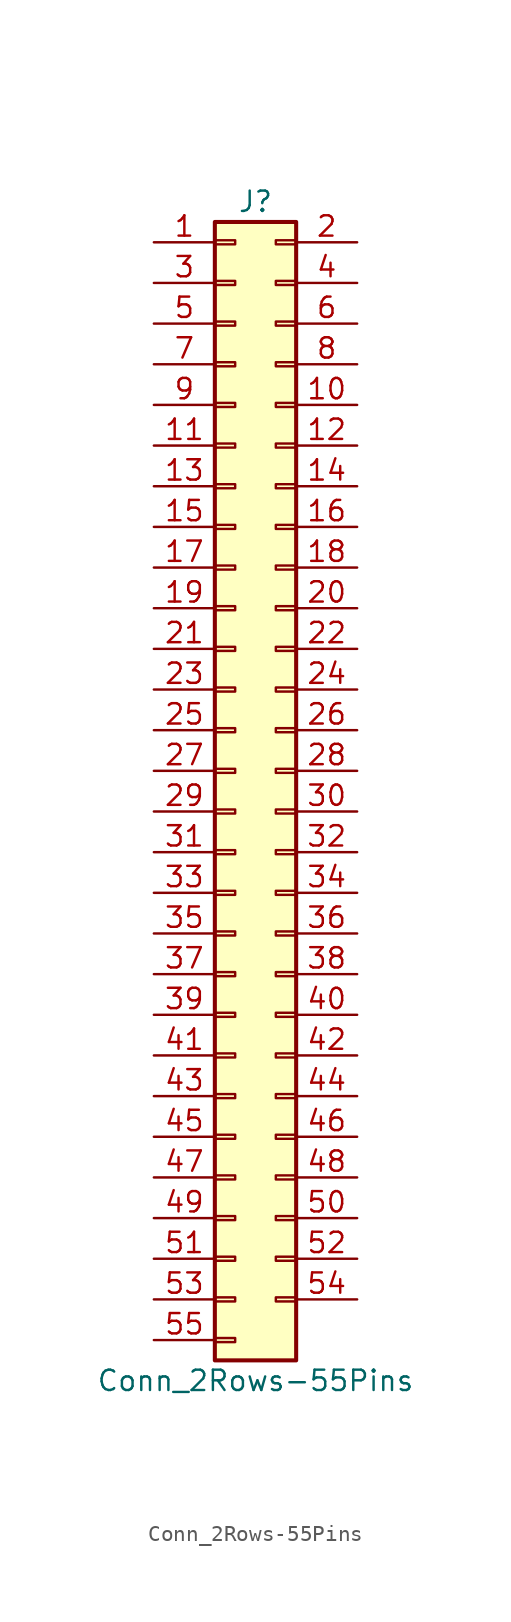
<source format=kicad_sym>
(kicad_symbol_lib
  (version 20201005)
  (generator kicad_symbol_editor)
  (symbol "Conn_2Rows-55Pins"
    (pin_names
      (offset 1.016) hide)
    (property "Reference" "J"
      (at 1.27 35.56 0)
      (effects (font (size 1.27 1.27))))
    (property "Value" "Conn_2Rows-55Pins"
      (at 1.27 -38.1 0)
      (effects (font (size 1.27 1.27))))
    (symbol "Conn_2Rows-55Pins_1_1"
      (rectangle (start -1.27 -35.433) (end 0 -35.687) (stroke (width 0.152)) (fill (type none)))
      (rectangle (start -1.27 -32.893) (end 0 -33.147) (stroke (width 0.152)) (fill (type none)))
      (rectangle (start -1.27 -30.353) (end 0 -30.607) (stroke (width 0.152)) (fill (type none)))
      (rectangle (start -1.27 -27.813) (end 0 -28.067) (stroke (width 0.152)) (fill (type none)))
      (rectangle (start -1.27 -25.273) (end 0 -25.527) (stroke (width 0.152)) (fill (type none)))
      (rectangle (start -1.27 -22.733) (end 0 -22.987) (stroke (width 0.152)) (fill (type none)))
      (rectangle (start -1.27 -20.193) (end 0 -20.447) (stroke (width 0.152)) (fill (type none)))
      (rectangle (start -1.27 -17.653) (end 0 -17.907) (stroke (width 0.152)) (fill (type none)))
      (rectangle (start -1.27 -15.113) (end 0 -15.367) (stroke (width 0.152)) (fill (type none)))
      (rectangle (start -1.27 -12.573) (end 0 -12.827) (stroke (width 0.152)) (fill (type none)))
      (rectangle (start -1.27 -10.033) (end 0 -10.287) (stroke (width 0.152)) (fill (type none)))
      (rectangle (start -1.27 -7.493) (end 0 -7.747) (stroke (width 0.152)) (fill (type none)))
      (rectangle (start -1.27 -4.953) (end 0 -5.207) (stroke (width 0.152)) (fill (type none)))
      (rectangle (start -1.27 -2.413) (end 0 -2.667) (stroke (width 0.152)) (fill (type none)))
      (rectangle (start -1.27 0.127) (end 0 -0.127) (stroke (width 0.152)) (fill (type none)))
      (rectangle (start -1.27 2.667) (end 0 2.413) (stroke (width 0.152)) (fill (type none)))
      (rectangle (start -1.27 5.207) (end 0 4.953) (stroke (width 0.152)) (fill (type none)))
      (rectangle (start -1.27 7.747) (end 0 7.493) (stroke (width 0.152)) (fill (type none)))
      (rectangle (start -1.27 10.287) (end 0 10.033) (stroke (width 0.152)) (fill (type none)))
      (rectangle (start -1.27 12.827) (end 0 12.573) (stroke (width 0.152)) (fill (type none)))
      (rectangle (start -1.27 15.367) (end 0 15.113) (stroke (width 0.152)) (fill (type none)))
      (rectangle (start -1.27 17.907) (end 0 17.653) (stroke (width 0.152)) (fill (type none)))
      (rectangle (start -1.27 20.447) (end 0 20.193) (stroke (width 0.152)) (fill (type none)))
      (rectangle (start -1.27 22.987) (end 0 22.733) (stroke (width 0.152)) (fill (type none)))
      (rectangle (start -1.27 25.527) (end 0 25.273) (stroke (width 0.152)) (fill (type none)))
      (rectangle (start -1.27 28.067) (end 0 27.813) (stroke (width 0.152)) (fill (type none)))
      (rectangle (start -1.27 30.607) (end 0 30.353) (stroke (width 0.152)) (fill (type none)))
      (rectangle (start -1.27 33.147) (end 0 32.893) (stroke (width 0.152)) (fill (type none)))
      (rectangle (start 3.81 -32.893) (end 2.54 -33.147) (stroke (width 0.152)) (fill (type none)))
      (rectangle (start 3.81 -30.353) (end 2.54 -30.607) (stroke (width 0.152)) (fill (type none)))
      (rectangle (start 3.81 -27.813) (end 2.54 -28.067) (stroke (width 0.152)) (fill (type none)))
      (rectangle (start 3.81 -25.273) (end 2.54 -25.527) (stroke (width 0.152)) (fill (type none)))
      (rectangle (start 3.81 -22.733) (end 2.54 -22.987) (stroke (width 0.152)) (fill (type none)))
      (rectangle (start 3.81 -20.193) (end 2.54 -20.447) (stroke (width 0.152)) (fill (type none)))
      (rectangle (start 3.81 -17.653) (end 2.54 -17.907) (stroke (width 0.152)) (fill (type none)))
      (rectangle (start 3.81 -15.113) (end 2.54 -15.367) (stroke (width 0.152)) (fill (type none)))
      (rectangle (start 3.81 -12.573) (end 2.54 -12.827) (stroke (width 0.152)) (fill (type none)))
      (rectangle (start 3.81 -10.033) (end 2.54 -10.287) (stroke (width 0.152)) (fill (type none)))
      (rectangle (start 3.81 -7.493) (end 2.54 -7.747) (stroke (width 0.152)) (fill (type none)))
      (rectangle (start 3.81 -4.953) (end 2.54 -5.207) (stroke (width 0.152)) (fill (type none)))
      (rectangle (start 3.81 -2.413) (end 2.54 -2.667) (stroke (width 0.152)) (fill (type none)))
      (rectangle (start 3.81 0.127) (end 2.54 -0.127) (stroke (width 0.152)) (fill (type none)))
      (rectangle (start 3.81 2.667) (end 2.54 2.413) (stroke (width 0.152)) (fill (type none)))
      (rectangle (start 3.81 5.207) (end 2.54 4.953) (stroke (width 0.152)) (fill (type none)))
      (rectangle (start 3.81 7.747) (end 2.54 7.493) (stroke (width 0.152)) (fill (type none)))
      (rectangle (start 3.81 10.287) (end 2.54 10.033) (stroke (width 0.152)) (fill (type none)))
      (rectangle (start 3.81 12.827) (end 2.54 12.573) (stroke (width 0.152)) (fill (type none)))
      (rectangle (start 3.81 15.367) (end 2.54 15.113) (stroke (width 0.152)) (fill (type none)))
      (rectangle (start 3.81 17.907) (end 2.54 17.653) (stroke (width 0.152)) (fill (type none)))
      (rectangle (start 3.81 20.447) (end 2.54 20.193) (stroke (width 0.152)) (fill (type none)))
      (rectangle (start 3.81 22.987) (end 2.54 22.733) (stroke (width 0.152)) (fill (type none)))
      (rectangle (start 3.81 25.527) (end 2.54 25.273) (stroke (width 0.152)) (fill (type none)))
      (rectangle (start 3.81 28.067) (end 2.54 27.813) (stroke (width 0.152)) (fill (type none)))
      (rectangle (start 3.81 30.607) (end 2.54 30.353) (stroke (width 0.152)) (fill (type none)))
      (rectangle (start 3.81 33.147) (end 2.54 32.893) (stroke (width 0.152)) (fill (type none)))
      (rectangle (start -1.27 34.29) (end 3.81 -36.83) (stroke (width 0.254)) (fill (type background)))
      (pin passive line (at -5.08 33.02 0) (length 3.81) (name "Pin_1" (effects (font (size 1.27 1.27)))) (number "1" (effects (font (size 1.27 1.27)))))
      (pin passive line (at 7.62 22.86 180) (length 3.81) (name "Pin_10" (effects (font (size 1.27 1.27)))) (number "10" (effects (font (size 1.27 1.27)))))
      (pin passive line (at -5.08 20.32 0) (length 3.81) (name "Pin_11" (effects (font (size 1.27 1.27)))) (number "11" (effects (font (size 1.27 1.27)))))
      (pin passive line (at 7.62 20.32 180) (length 3.81) (name "Pin_12" (effects (font (size 1.27 1.27)))) (number "12" (effects (font (size 1.27 1.27)))))
      (pin passive line (at -5.08 17.78 0) (length 3.81) (name "Pin_13" (effects (font (size 1.27 1.27)))) (number "13" (effects (font (size 1.27 1.27)))))
      (pin passive line (at 7.62 17.78 180) (length 3.81) (name "Pin_14" (effects (font (size 1.27 1.27)))) (number "14" (effects (font (size 1.27 1.27)))))
      (pin passive line (at -5.08 15.24 0) (length 3.81) (name "Pin_15" (effects (font (size 1.27 1.27)))) (number "15" (effects (font (size 1.27 1.27)))))
      (pin passive line (at 7.62 15.24 180) (length 3.81) (name "Pin_16" (effects (font (size 1.27 1.27)))) (number "16" (effects (font (size 1.27 1.27)))))
      (pin passive line (at -5.08 12.7 0) (length 3.81) (name "Pin_17" (effects (font (size 1.27 1.27)))) (number "17" (effects (font (size 1.27 1.27)))))
      (pin passive line (at 7.62 12.7 180) (length 3.81) (name "Pin_18" (effects (font (size 1.27 1.27)))) (number "18" (effects (font (size 1.27 1.27)))))
      (pin passive line (at -5.08 10.16 0) (length 3.81) (name "Pin_19" (effects (font (size 1.27 1.27)))) (number "19" (effects (font (size 1.27 1.27)))))
      (pin passive line (at 7.62 33.02 180) (length 3.81) (name "Pin_2" (effects (font (size 1.27 1.27)))) (number "2" (effects (font (size 1.27 1.27)))))
      (pin passive line (at 7.62 10.16 180) (length 3.81) (name "Pin_20" (effects (font (size 1.27 1.27)))) (number "20" (effects (font (size 1.27 1.27)))))
      (pin passive line (at -5.08 7.62 0) (length 3.81) (name "Pin_21" (effects (font (size 1.27 1.27)))) (number "21" (effects (font (size 1.27 1.27)))))
      (pin passive line (at 7.62 7.62 180) (length 3.81) (name "Pin_22" (effects (font (size 1.27 1.27)))) (number "22" (effects (font (size 1.27 1.27)))))
      (pin passive line (at -5.08 5.08 0) (length 3.81) (name "Pin_23" (effects (font (size 1.27 1.27)))) (number "23" (effects (font (size 1.27 1.27)))))
      (pin passive line (at 7.62 5.08 180) (length 3.81) (name "Pin_24" (effects (font (size 1.27 1.27)))) (number "24" (effects (font (size 1.27 1.27)))))
      (pin passive line (at -5.08 2.54 0) (length 3.81) (name "Pin_25" (effects (font (size 1.27 1.27)))) (number "25" (effects (font (size 1.27 1.27)))))
      (pin passive line (at 7.62 2.54 180) (length 3.81) (name "Pin_26" (effects (font (size 1.27 1.27)))) (number "26" (effects (font (size 1.27 1.27)))))
      (pin passive line (at -5.08 0 0) (length 3.81) (name "Pin_27" (effects (font (size 1.27 1.27)))) (number "27" (effects (font (size 1.27 1.27)))))
      (pin passive line (at 7.62 0 180) (length 3.81) (name "Pin_28" (effects (font (size 1.27 1.27)))) (number "28" (effects (font (size 1.27 1.27)))))
      (pin passive line (at -5.08 -2.54 0) (length 3.81) (name "Pin_29" (effects (font (size 1.27 1.27)))) (number "29" (effects (font (size 1.27 1.27)))))
      (pin passive line (at -5.08 30.48 0) (length 3.81) (name "Pin_3" (effects (font (size 1.27 1.27)))) (number "3" (effects (font (size 1.27 1.27)))))
      (pin passive line (at 7.62 -2.54 180) (length 3.81) (name "Pin_30" (effects (font (size 1.27 1.27)))) (number "30" (effects (font (size 1.27 1.27)))))
      (pin passive line (at -5.08 -5.08 0) (length 3.81) (name "Pin_31" (effects (font (size 1.27 1.27)))) (number "31" (effects (font (size 1.27 1.27)))))
      (pin passive line (at 7.62 -5.08 180) (length 3.81) (name "Pin_32" (effects (font (size 1.27 1.27)))) (number "32" (effects (font (size 1.27 1.27)))))
      (pin passive line (at -5.08 -7.62 0) (length 3.81) (name "Pin_33" (effects (font (size 1.27 1.27)))) (number "33" (effects (font (size 1.27 1.27)))))
      (pin passive line (at 7.62 -7.62 180) (length 3.81) (name "Pin_34" (effects (font (size 1.27 1.27)))) (number "34" (effects (font (size 1.27 1.27)))))
      (pin passive line (at -5.08 -10.16 0) (length 3.81) (name "Pin_35" (effects (font (size 1.27 1.27)))) (number "35" (effects (font (size 1.27 1.27)))))
      (pin passive line (at 7.62 -10.16 180) (length 3.81) (name "Pin_36" (effects (font (size 1.27 1.27)))) (number "36" (effects (font (size 1.27 1.27)))))
      (pin passive line (at -5.08 -12.7 0) (length 3.81) (name "Pin_37" (effects (font (size 1.27 1.27)))) (number "37" (effects (font (size 1.27 1.27)))))
      (pin passive line (at 7.62 -12.7 180) (length 3.81) (name "Pin_38" (effects (font (size 1.27 1.27)))) (number "38" (effects (font (size 1.27 1.27)))))
      (pin passive line (at -5.08 -15.24 0) (length 3.81) (name "Pin_39" (effects (font (size 1.27 1.27)))) (number "39" (effects (font (size 1.27 1.27)))))
      (pin passive line (at 7.62 30.48 180) (length 3.81) (name "Pin_4" (effects (font (size 1.27 1.27)))) (number "4" (effects (font (size 1.27 1.27)))))
      (pin passive line (at 7.62 -15.24 180) (length 3.81) (name "Pin_40" (effects (font (size 1.27 1.27)))) (number "40" (effects (font (size 1.27 1.27)))))
      (pin passive line (at -5.08 -17.78 0) (length 3.81) (name "Pin_41" (effects (font (size 1.27 1.27)))) (number "41" (effects (font (size 1.27 1.27)))))
      (pin passive line (at 7.62 -17.78 180) (length 3.81) (name "Pin_42" (effects (font (size 1.27 1.27)))) (number "42" (effects (font (size 1.27 1.27)))))
      (pin passive line (at -5.08 -20.32 0) (length 3.81) (name "Pin_43" (effects (font (size 1.27 1.27)))) (number "43" (effects (font (size 1.27 1.27)))))
      (pin passive line (at 7.62 -20.32 180) (length 3.81) (name "Pin_44" (effects (font (size 1.27 1.27)))) (number "44" (effects (font (size 1.27 1.27)))))
      (pin passive line (at -5.08 -22.86 0) (length 3.81) (name "Pin_45" (effects (font (size 1.27 1.27)))) (number "45" (effects (font (size 1.27 1.27)))))
      (pin passive line (at 7.62 -22.86 180) (length 3.81) (name "Pin_46" (effects (font (size 1.27 1.27)))) (number "46" (effects (font (size 1.27 1.27)))))
      (pin passive line (at -5.08 -25.4 0) (length 3.81) (name "Pin_47" (effects (font (size 1.27 1.27)))) (number "47" (effects (font (size 1.27 1.27)))))
      (pin passive line (at 7.62 -25.4 180) (length 3.81) (name "Pin_48" (effects (font (size 1.27 1.27)))) (number "48" (effects (font (size 1.27 1.27)))))
      (pin passive line (at -5.08 -27.94 0) (length 3.81) (name "Pin_49" (effects (font (size 1.27 1.27)))) (number "49" (effects (font (size 1.27 1.27)))))
      (pin passive line (at -5.08 27.94 0) (length 3.81) (name "Pin_5" (effects (font (size 1.27 1.27)))) (number "5" (effects (font (size 1.27 1.27)))))
      (pin passive line (at 7.62 -27.94 180) (length 3.81) (name "Pin_50" (effects (font (size 1.27 1.27)))) (number "50" (effects (font (size 1.27 1.27)))))
      (pin passive line (at -5.08 -30.48 0) (length 3.81) (name "Pin_51" (effects (font (size 1.27 1.27)))) (number "51" (effects (font (size 1.27 1.27)))))
      (pin passive line (at 7.62 -30.48 180) (length 3.81) (name "Pin_52" (effects (font (size 1.27 1.27)))) (number "52" (effects (font (size 1.27 1.27)))))
      (pin passive line (at -5.08 -33.02 0) (length 3.81) (name "Pin_53" (effects (font (size 1.27 1.27)))) (number "53" (effects (font (size 1.27 1.27)))))
      (pin passive line (at 7.62 -33.02 180) (length 3.81) (name "Pin_54" (effects (font (size 1.27 1.27)))) (number "54" (effects (font (size 1.27 1.27)))))
      (pin passive line (at -5.08 -35.56 0) (length 3.81) (name "Pin_55" (effects (font (size 1.27 1.27)))) (number "55" (effects (font (size 1.27 1.27)))))
      (pin passive line (at 7.62 27.94 180) (length 3.81) (name "Pin_6" (effects (font (size 1.27 1.27)))) (number "6" (effects (font (size 1.27 1.27)))))
      (pin passive line (at -5.08 25.4 0) (length 3.81) (name "Pin_7" (effects (font (size 1.27 1.27)))) (number "7" (effects (font (size 1.27 1.27)))))
      (pin passive line (at 7.62 25.4 180) (length 3.81) (name "Pin_8" (effects (font (size 1.27 1.27)))) (number "8" (effects (font (size 1.27 1.27)))))
      (pin passive line (at -5.08 22.86 0) (length 3.81) (name "Pin_9" (effects (font (size 1.27 1.27)))) (number "9" (effects (font (size 1.27 1.27))))))))
</source>
